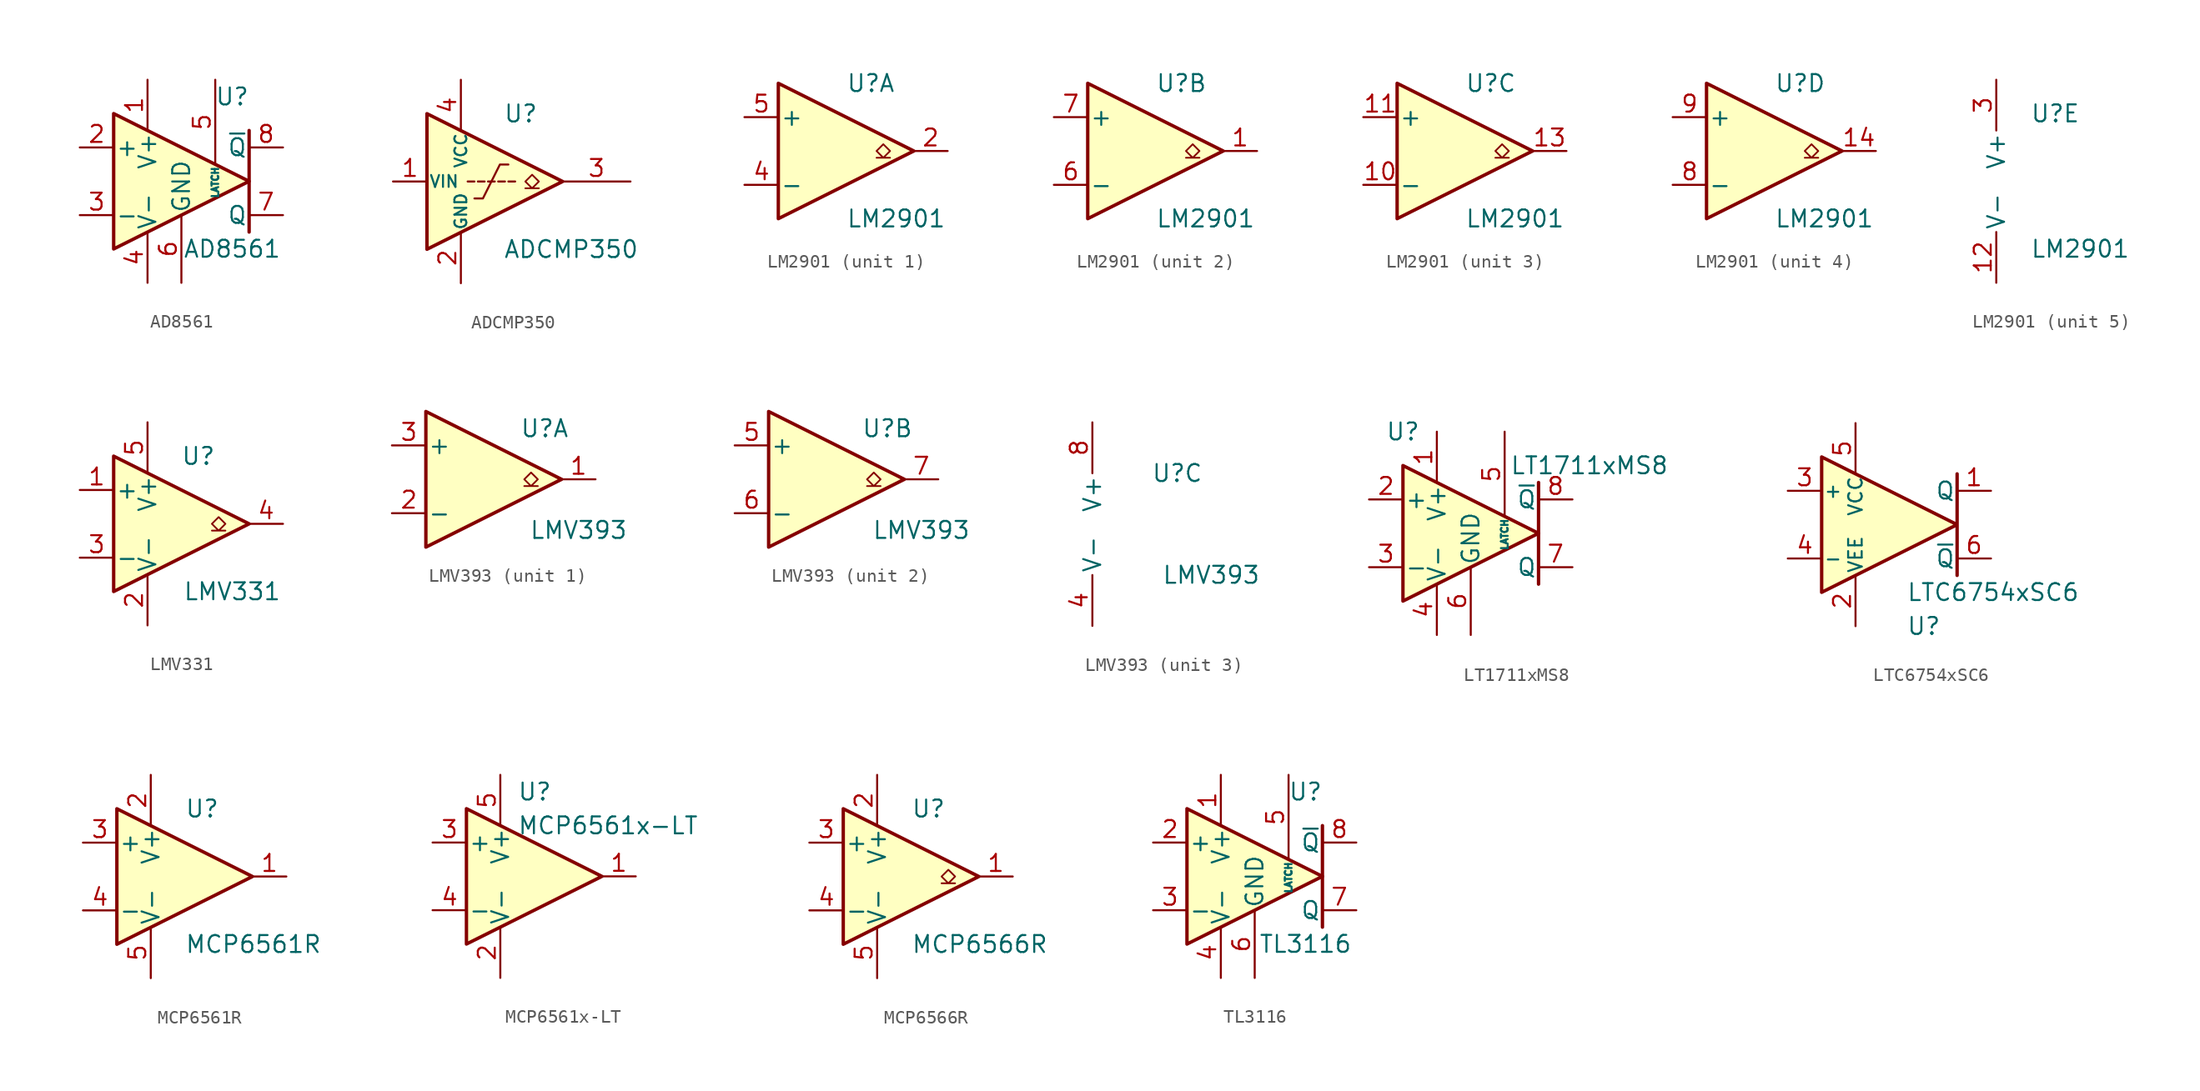
<source format=kicad_sym>
(kicad_symbol_lib
  (version 20241209)
  (generator "kicad_symbol_editor")
  (generator_version "9.0")
  (symbol "AD8561"
    (pin_names
      (offset 0.127))
    (property "Reference" "U"
      (at 3.81 6.35 0)
      (effects (font (size 1.27 1.27))))
    (property "Value" "AD8561"
      (at 3.81 -5.08 0)
      (effects (font (size 1.27 1.27))))
    (symbol "AD8561_0_1"
      (polyline (pts (xy -5.08 5.08) (xy 5.08 0) (xy -5.08 -5.08) (xy -5.08 5.08)) (stroke (width 0.254) (type default)) (fill (type background)))
      (polyline (pts (xy 5.08 3.81) (xy 5.08 -3.81)) (stroke (width 0.254) (type default)) (fill (type none))))
    (symbol "AD8561_1_1"
      (pin input line (at -7.62 2.54 0) (length 2.54) (name "+" (effects (font (size 1.27 1.27)))) (number "2" (effects (font (size 1.27 1.27)))))
      (pin input line (at -7.62 -2.54 0) (length 2.54) (name "-" (effects (font (size 1.27 1.27)))) (number "3" (effects (font (size 1.27 1.27)))))
      (pin power_in line (at -2.54 7.62 270) (length 3.81) (name "V+" (effects (font (size 1.27 1.27)))) (number "1" (effects (font (size 1.27 1.27)))))
      (pin power_in line (at -2.54 -7.62 90) (length 3.81) (name "V-" (effects (font (size 1.27 1.27)))) (number "4" (effects (font (size 1.27 1.27)))))
      (pin power_in line (at 0 -7.62 90) (length 5.08) (name "GND" (effects (font (size 1.27 1.27)))) (number "6" (effects (font (size 1.27 1.27)))))
      (pin input line (at 2.54 7.62 270) (length 6.35) (name "LATCH" (effects (font (size 0.508 0.508)))) (number "5" (effects (font (size 1.27 1.27)))))
      (pin output line (at 7.62 2.54 180) (length 2.54) (name "~{Q}" (effects (font (size 1.27 1.27)))) (number "8" (effects (font (size 1.27 1.27)))))
      (pin output line (at 7.62 -2.54 180) (length 2.54) (name "Q" (effects (font (size 1.27 1.27)))) (number "7" (effects (font (size 1.27 1.27)))))))
  (symbol "ADCMP350"
    (pin_names
      (offset 0.127))
    (property "Reference" "U"
      (at 3.175 5.08 0)
      (effects (font (size 1.27 1.27)) (justify left)))
    (property "Value" "ADCMP350"
      (at 3.175 -5.08 0)
      (effects (font (size 1.27 1.27)) (justify left)))
    (symbol "ADCMP350_0_1"
      (polyline (pts (xy -2.54 5.08) (xy 7.62 0) (xy -2.54 -5.08) (xy -2.54 5.08)) (stroke (width 0.254) (type default)) (fill (type background)))
      (polyline (pts (xy 1.016 0) (xy 0.508 0)) (stroke (width 0) (type default)) (fill (type none)))
      (polyline (pts (xy 1.016 -1.27) (xy 1.651 -1.27) (xy 2.921 1.27) (xy 3.556 1.27)) (stroke (width 0) (type default)) (fill (type none)))
      (polyline (pts (xy 1.778 0) (xy 1.27 0)) (stroke (width 0) (type default)) (fill (type none)))
      (polyline (pts (xy 2.032 0) (xy 2.54 0)) (stroke (width 0) (type default)) (fill (type none)))
      (polyline (pts (xy 2.794 0) (xy 3.302 0)) (stroke (width 0) (type default)) (fill (type none)))
      (polyline (pts (xy 3.556 0) (xy 4.064 0)) (stroke (width 0) (type default)) (fill (type none)))
      (polyline (pts (xy 4.826 -0.508) (xy 5.334 -0.508) (xy 4.826 0) (xy 5.334 0.508) (xy 5.842 0) (xy 5.334 -0.508) (xy 5.842 -0.508)) (stroke (width 0.127) (type default)) (fill (type none))))
    (symbol "ADCMP350_1_1"
      (pin input line (at -5.08 0 0) (length 2.54) (name "VIN" (effects (font (size 0.889 0.889)))) (number "1" (effects (font (size 1.27 1.27)))))
      (pin power_in line (at 0 7.62 270) (length 3.81) (name "VCC" (effects (font (size 0.889 0.889)))) (number "4" (effects (font (size 1.27 1.27)))))
      (pin power_in line (at 0 -7.62 90) (length 3.81) (name "GND" (effects (font (size 0.889 0.889)))) (number "2" (effects (font (size 1.27 1.27)))))
      (pin open_collector line (at 12.7 0 180) (length 5.08) (name "~" (effects (font (size 1.27 1.27)))) (number "3" (effects (font (size 1.27 1.27)))))))
  (symbol "LM2901"
    (pin_names
      (offset 0.127))
    (property "Reference" "U"
      (at 0 5.08 0)
      (effects (font (size 1.27 1.27)) (justify left)))
    (property "Value" "LM2901"
      (at 0 -5.08 0)
      (effects (font (size 1.27 1.27)) (justify left)))
    (property "ki_locked" ""
      (at 0 0 0)
      (effects (font (size 1.27 1.27))))
    (symbol "LM2901_1_1"
      (polyline (pts (xy -5.08 5.08) (xy 5.08 0) (xy -5.08 -5.08) (xy -5.08 5.08)) (stroke (width 0.254) (type default)) (fill (type background)))
      (polyline (pts (xy 3.302 -0.508) (xy 2.794 -0.508) (xy 3.302 0) (xy 2.794 0.508) (xy 2.286 0) (xy 2.794 -0.508) (xy 2.286 -0.508)) (stroke (width 0.127) (type default)) (fill (type none)))
      (pin input line (at -7.62 2.54 0) (length 2.54) (name "+" (effects (font (size 1.27 1.27)))) (number "5" (effects (font (size 1.27 1.27)))))
      (pin input line (at -7.62 -2.54 0) (length 2.54) (name "-" (effects (font (size 1.27 1.27)))) (number "4" (effects (font (size 1.27 1.27)))))
      (pin open_collector line (at 7.62 0 180) (length 2.54) (name "~" (effects (font (size 1.27 1.27)))) (number "2" (effects (font (size 1.27 1.27))))))
    (symbol "LM2901_2_1"
      (polyline (pts (xy -5.08 5.08) (xy 5.08 0) (xy -5.08 -5.08) (xy -5.08 5.08)) (stroke (width 0.254) (type default)) (fill (type background)))
      (polyline (pts (xy 3.302 -0.508) (xy 2.794 -0.508) (xy 3.302 0) (xy 2.794 0.508) (xy 2.286 0) (xy 2.794 -0.508) (xy 2.286 -0.508)) (stroke (width 0.127) (type default)) (fill (type none)))
      (pin input line (at -7.62 2.54 0) (length 2.54) (name "+" (effects (font (size 1.27 1.27)))) (number "7" (effects (font (size 1.27 1.27)))))
      (pin input line (at -7.62 -2.54 0) (length 2.54) (name "-" (effects (font (size 1.27 1.27)))) (number "6" (effects (font (size 1.27 1.27)))))
      (pin open_collector line (at 7.62 0 180) (length 2.54) (name "~" (effects (font (size 1.27 1.27)))) (number "1" (effects (font (size 1.27 1.27))))))
    (symbol "LM2901_3_1"
      (polyline (pts (xy -5.08 5.08) (xy 5.08 0) (xy -5.08 -5.08) (xy -5.08 5.08)) (stroke (width 0.254) (type default)) (fill (type background)))
      (polyline (pts (xy 3.302 -0.508) (xy 2.794 -0.508) (xy 3.302 0) (xy 2.794 0.508) (xy 2.286 0) (xy 2.794 -0.508) (xy 2.286 -0.508)) (stroke (width 0.127) (type default)) (fill (type none)))
      (pin input line (at -7.62 2.54 0) (length 2.54) (name "+" (effects (font (size 1.27 1.27)))) (number "11" (effects (font (size 1.27 1.27)))))
      (pin input line (at -7.62 -2.54 0) (length 2.54) (name "-" (effects (font (size 1.27 1.27)))) (number "10" (effects (font (size 1.27 1.27)))))
      (pin open_collector line (at 7.62 0 180) (length 2.54) (name "~" (effects (font (size 1.27 1.27)))) (number "13" (effects (font (size 1.27 1.27))))))
    (symbol "LM2901_4_1"
      (polyline (pts (xy -5.08 5.08) (xy 5.08 0) (xy -5.08 -5.08) (xy -5.08 5.08)) (stroke (width 0.254) (type default)) (fill (type background)))
      (polyline (pts (xy 3.302 -0.508) (xy 2.794 -0.508) (xy 3.302 0) (xy 2.794 0.508) (xy 2.286 0) (xy 2.794 -0.508) (xy 2.286 -0.508)) (stroke (width 0.127) (type default)) (fill (type none)))
      (pin input line (at -7.62 2.54 0) (length 2.54) (name "+" (effects (font (size 1.27 1.27)))) (number "9" (effects (font (size 1.27 1.27)))))
      (pin input line (at -7.62 -2.54 0) (length 2.54) (name "-" (effects (font (size 1.27 1.27)))) (number "8" (effects (font (size 1.27 1.27)))))
      (pin open_collector line (at 7.62 0 180) (length 2.54) (name "~" (effects (font (size 1.27 1.27)))) (number "14" (effects (font (size 1.27 1.27))))))
    (symbol "LM2901_5_1"
      (pin power_in line (at -2.54 7.62 270) (length 3.81) (name "V+" (effects (font (size 1.27 1.27)))) (number "3" (effects (font (size 1.27 1.27)))))
      (pin power_in line (at -2.54 -7.62 90) (length 3.81) (name "V-" (effects (font (size 1.27 1.27)))) (number "12" (effects (font (size 1.27 1.27)))))))
  (symbol "LMV331"
    (pin_names
      (offset 0.127))
    (property "Reference" "U"
      (at 1.27 5.08 0)
      (effects (font (size 1.27 1.27))))
    (property "Value" "LMV331"
      (at 3.81 -5.08 0)
      (effects (font (size 1.27 1.27))))
    (symbol "LMV331_0_1"
      (polyline (pts (xy -5.08 5.08) (xy 5.08 0) (xy -5.08 -5.08) (xy -5.08 5.08)) (stroke (width 0.254) (type default)) (fill (type background)))
      (polyline (pts (xy 3.302 -0.508) (xy 2.794 -0.508) (xy 3.302 0) (xy 2.794 0.508) (xy 2.286 0) (xy 2.794 -0.508) (xy 2.286 -0.508)) (stroke (width 0.127) (type default)) (fill (type none))))
    (symbol "LMV331_1_1"
      (pin input line (at -7.62 2.54 0) (length 2.54) (name "+" (effects (font (size 1.27 1.27)))) (number "1" (effects (font (size 1.27 1.27)))))
      (pin input line (at -7.62 -2.54 0) (length 2.54) (name "-" (effects (font (size 1.27 1.27)))) (number "3" (effects (font (size 1.27 1.27)))))
      (pin power_in line (at -2.54 7.62 270) (length 3.81) (name "V+" (effects (font (size 1.27 1.27)))) (number "5" (effects (font (size 1.27 1.27)))))
      (pin power_in line (at -2.54 -7.62 90) (length 3.81) (name "V-" (effects (font (size 1.27 1.27)))) (number "2" (effects (font (size 1.27 1.27)))))
      (pin open_collector line (at 7.62 0 180) (length 2.54) (name "~" (effects (font (size 1.27 1.27)))) (number "4" (effects (font (size 1.27 1.27)))))))
  (symbol "LMV393"
    (pin_names
      (offset 0.127))
    (property "Reference" "U"
      (at 3.81 3.81 0)
      (effects (font (size 1.27 1.27))))
    (property "Value" "LMV393"
      (at 6.35 -3.81 0)
      (effects (font (size 1.27 1.27))))
    (property "ki_locked" ""
      (at 0 0 0)
      (effects (font (size 1.27 1.27))))
    (symbol "LMV393_1_1"
      (polyline (pts (xy -5.08 5.08) (xy 5.08 0) (xy -5.08 -5.08) (xy -5.08 5.08)) (stroke (width 0.254) (type default)) (fill (type background)))
      (polyline (pts (xy 3.302 -0.508) (xy 2.794 -0.508) (xy 3.302 0) (xy 2.794 0.508) (xy 2.286 0) (xy 2.794 -0.508) (xy 2.286 -0.508)) (stroke (width 0.127) (type default)) (fill (type none)))
      (pin input line (at -7.62 2.54 0) (length 2.54) (name "+" (effects (font (size 1.27 1.27)))) (number "3" (effects (font (size 1.27 1.27)))))
      (pin input line (at -7.62 -2.54 0) (length 2.54) (name "-" (effects (font (size 1.27 1.27)))) (number "2" (effects (font (size 1.27 1.27)))))
      (pin open_collector line (at 7.62 0 180) (length 2.54) (name "~" (effects (font (size 1.27 1.27)))) (number "1" (effects (font (size 1.27 1.27))))))
    (symbol "LMV393_2_1"
      (polyline (pts (xy -5.08 5.08) (xy 5.08 0) (xy -5.08 -5.08) (xy -5.08 5.08)) (stroke (width 0.254) (type default)) (fill (type background)))
      (polyline (pts (xy 3.302 -0.508) (xy 2.794 -0.508) (xy 3.302 0) (xy 2.794 0.508) (xy 2.286 0) (xy 2.794 -0.508) (xy 2.286 -0.508)) (stroke (width 0.127) (type default)) (fill (type none)))
      (pin input line (at -7.62 2.54 0) (length 2.54) (name "+" (effects (font (size 1.27 1.27)))) (number "5" (effects (font (size 1.27 1.27)))))
      (pin input line (at -7.62 -2.54 0) (length 2.54) (name "-" (effects (font (size 1.27 1.27)))) (number "6" (effects (font (size 1.27 1.27)))))
      (pin open_collector line (at 7.62 0 180) (length 2.54) (name "~" (effects (font (size 1.27 1.27)))) (number "7" (effects (font (size 1.27 1.27))))))
    (symbol "LMV393_3_1"
      (pin power_in line (at -2.54 7.62 270) (length 3.81) (name "V+" (effects (font (size 1.27 1.27)))) (number "8" (effects (font (size 1.27 1.27)))))
      (pin power_in line (at -2.54 -7.62 90) (length 3.81) (name "V-" (effects (font (size 1.27 1.27)))) (number "4" (effects (font (size 1.27 1.27)))))))
  (symbol "LT1711xMS8"
    (pin_names
      (offset 0.127))
    (property "Reference" "U"
      (at -5.08 7.62 0)
      (effects (font (size 1.27 1.27))))
    (property "Value" "LT1711xMS8"
      (at 8.89 5.08 0)
      (effects (font (size 1.27 1.27))))
    (symbol "LT1711xMS8_0_1"
      (polyline (pts (xy -5.08 5.08) (xy 5.08 0) (xy -5.08 -5.08) (xy -5.08 5.08)) (stroke (width 0.254) (type default)) (fill (type background)))
      (polyline (pts (xy 5.08 3.81) (xy 5.08 -3.81)) (stroke (width 0.254) (type default)) (fill (type none))))
    (symbol "LT1711xMS8_1_1"
      (pin input line (at -7.62 2.54 0) (length 2.54) (name "+" (effects (font (size 1.27 1.27)))) (number "2" (effects (font (size 1.27 1.27)))))
      (pin input line (at -7.62 -2.54 0) (length 2.54) (name "-" (effects (font (size 1.27 1.27)))) (number "3" (effects (font (size 1.27 1.27)))))
      (pin power_in line (at -2.54 7.62 270) (length 3.81) (name "V+" (effects (font (size 1.27 1.27)))) (number "1" (effects (font (size 1.27 1.27)))))
      (pin power_in line (at -2.54 -7.62 90) (length 3.81) (name "V-" (effects (font (size 1.27 1.27)))) (number "4" (effects (font (size 1.27 1.27)))))
      (pin power_in line (at 0 -7.62 90) (length 5.08) (name "GND" (effects (font (size 1.27 1.27)))) (number "6" (effects (font (size 1.27 1.27)))))
      (pin input line (at 2.54 7.62 270) (length 6.35) (name "LATCH" (effects (font (size 0.508 0.508)))) (number "5" (effects (font (size 1.27 1.27)))))
      (pin output line (at 7.62 2.54 180) (length 2.54) (name "~{Q}" (effects (font (size 1.27 1.27)))) (number "8" (effects (font (size 1.27 1.27)))))
      (pin output line (at 7.62 -2.54 180) (length 2.54) (name "Q" (effects (font (size 1.27 1.27)))) (number "7" (effects (font (size 1.27 1.27)))))))
  (symbol "LTC6754xSC6"
    (pin_names
      (offset 0.127))
    (property "Reference" "U"
      (at 1.27 -7.62 0)
      (effects (font (size 1.27 1.27)) (justify left)))
    (property "Value" "LTC6754xSC6"
      (at 1.27 -5.08 0)
      (effects (font (size 1.27 1.27)) (justify left)))
    (symbol "LTC6754xSC6_0_1"
      (polyline (pts (xy 5.08 3.81) (xy 5.08 0) (xy -5.08 5.08) (xy -5.08 -5.08) (xy 5.08 0) (xy 5.08 -3.81)) (stroke (width 0.254) (type default)) (fill (type background))))
    (symbol "LTC6754xSC6_1_1"
      (pin input line (at -7.62 2.54 0) (length 2.54) (name "+" (effects (font (size 1.016 1.016)))) (number "3" (effects (font (size 1.27 1.27)))))
      (pin input line (at -7.62 -2.54 0) (length 2.54) (name "-" (effects (font (size 1.016 1.016)))) (number "4" (effects (font (size 1.27 1.27)))))
      (pin power_in line (at -2.54 7.62 270) (length 3.81) (name "VCC" (effects (font (size 1.016 1.016)))) (number "5" (effects (font (size 1.27 1.27)))))
      (pin power_in line (at -2.54 -7.62 90) (length 3.81) (name "VEE" (effects (font (size 1.016 1.016)))) (number "2" (effects (font (size 1.27 1.27)))))
      (pin output line (at 7.62 2.54 180) (length 2.54) (name "Q" (effects (font (size 1.27 1.27)))) (number "1" (effects (font (size 1.27 1.27)))))
      (pin output line (at 7.62 -2.54 180) (length 2.54) (name "~{Q}" (effects (font (size 1.27 1.27)))) (number "6" (effects (font (size 1.27 1.27)))))))
  (symbol "MCP6561R"
    (pin_names
      (offset 0.127))
    (property "Reference" "U"
      (at 0 5.08 0)
      (effects (font (size 1.27 1.27)) (justify left)))
    (property "Value" "MCP6561R"
      (at 0 -5.08 0)
      (effects (font (size 1.27 1.27)) (justify left)))
    (symbol "MCP6561R_0_1"
      (polyline (pts (xy -5.08 5.08) (xy 5.08 0) (xy -5.08 -5.08) (xy -5.08 5.08)) (stroke (width 0.254) (type default)) (fill (type background)))
      (pin power_in line (at -2.54 7.62 270) (length 3.81) (name "V+" (effects (font (size 1.27 1.27)))) (number "2" (effects (font (size 1.27 1.27)))))
      (pin power_in line (at -2.54 -7.62 90) (length 3.81) (name "V-" (effects (font (size 1.27 1.27)))) (number "5" (effects (font (size 1.27 1.27))))))
    (symbol "MCP6561R_1_1"
      (pin input line (at -7.62 2.54 0) (length 2.54) (name "+" (effects (font (size 1.27 1.27)))) (number "3" (effects (font (size 1.27 1.27)))))
      (pin input line (at -7.62 -2.54 0) (length 2.54) (name "-" (effects (font (size 1.27 1.27)))) (number "4" (effects (font (size 1.27 1.27)))))
      (pin output line (at 7.62 0 180) (length 2.54) (name "~" (effects (font (size 1.27 1.27)))) (number "1" (effects (font (size 1.27 1.27)))))))
  (symbol "MCP6561x-LT"
    (pin_names
      (offset 0.127))
    (property "Reference" "U"
      (at -1.27 6.35 0)
      (effects (font (size 1.27 1.27)) (justify left)))
    (property "Value" "MCP6561x-LT"
      (at -1.27 3.81 0)
      (effects (font (size 1.27 1.27)) (justify left)))
    (symbol "MCP6561x-LT_0_1"
      (polyline (pts (xy -5.08 5.08) (xy 5.08 0) (xy -5.08 -5.08) (xy -5.08 5.08)) (stroke (width 0.254) (type default)) (fill (type background)))
      (pin power_in line (at -2.54 7.62 270) (length 3.81) (name "V+" (effects (font (size 1.27 1.27)))) (number "5" (effects (font (size 1.27 1.27)))))
      (pin power_in line (at -2.54 -7.62 90) (length 3.81) (name "V-" (effects (font (size 1.27 1.27)))) (number "2" (effects (font (size 1.27 1.27))))))
    (symbol "MCP6561x-LT_1_1"
      (pin input line (at -7.62 2.54 0) (length 2.54) (name "+" (effects (font (size 1.27 1.27)))) (number "3" (effects (font (size 1.27 1.27)))))
      (pin input line (at -7.62 -2.54 0) (length 2.54) (name "-" (effects (font (size 1.27 1.27)))) (number "4" (effects (font (size 1.27 1.27)))))
      (pin output line (at 7.62 0 180) (length 2.54) (name "~" (effects (font (size 1.27 1.27)))) (number "1" (effects (font (size 1.27 1.27)))))))
  (symbol "MCP6566R"
    (pin_names
      (offset 0.127))
    (property "Reference" "U"
      (at 0 5.08 0)
      (effects (font (size 1.27 1.27)) (justify left)))
    (property "Value" "MCP6566R"
      (at 0 -5.08 0)
      (effects (font (size 1.27 1.27)) (justify left)))
    (symbol "MCP6566R_0_1"
      (polyline (pts (xy -5.08 5.08) (xy 5.08 0) (xy -5.08 -5.08) (xy -5.08 5.08)) (stroke (width 0.254) (type default)) (fill (type background)))
      (polyline (pts (xy 3.302 -0.508) (xy 2.794 -0.508) (xy 3.302 0) (xy 2.794 0.508) (xy 2.286 0) (xy 2.794 -0.508) (xy 2.286 -0.508)) (stroke (width 0.127) (type default)) (fill (type none)))
      (pin power_in line (at -2.54 7.62 270) (length 3.81) (name "V+" (effects (font (size 1.27 1.27)))) (number "2" (effects (font (size 1.27 1.27)))))
      (pin power_in line (at -2.54 -7.62 90) (length 3.81) (name "V-" (effects (font (size 1.27 1.27)))) (number "5" (effects (font (size 1.27 1.27))))))
    (symbol "MCP6566R_1_1"
      (pin input line (at -7.62 2.54 0) (length 2.54) (name "+" (effects (font (size 1.27 1.27)))) (number "3" (effects (font (size 1.27 1.27)))))
      (pin input line (at -7.62 -2.54 0) (length 2.54) (name "-" (effects (font (size 1.27 1.27)))) (number "4" (effects (font (size 1.27 1.27)))))
      (pin open_collector line (at 7.62 0 180) (length 2.54) (name "~" (effects (font (size 1.27 1.27)))) (number "1" (effects (font (size 1.27 1.27)))))))
  (symbol "TL3116"
    (pin_names
      (offset 0.127))
    (property "Reference" "U"
      (at 3.81 6.35 0)
      (effects (font (size 1.27 1.27))))
    (property "Value" "TL3116"
      (at 3.81 -5.08 0)
      (effects (font (size 1.27 1.27))))
    (symbol "TL3116_0_1"
      (polyline (pts (xy -5.08 5.08) (xy 5.08 0) (xy -5.08 -5.08) (xy -5.08 5.08)) (stroke (width 0.254) (type default)) (fill (type background)))
      (polyline (pts (xy 5.08 3.81) (xy 5.08 -3.81)) (stroke (width 0.254) (type default)) (fill (type none))))
    (symbol "TL3116_1_1"
      (pin input line (at -7.62 2.54 0) (length 2.54) (name "+" (effects (font (size 1.27 1.27)))) (number "2" (effects (font (size 1.27 1.27)))))
      (pin input line (at -7.62 -2.54 0) (length 2.54) (name "-" (effects (font (size 1.27 1.27)))) (number "3" (effects (font (size 1.27 1.27)))))
      (pin power_in line (at -2.54 7.62 270) (length 3.81) (name "V+" (effects (font (size 1.27 1.27)))) (number "1" (effects (font (size 1.27 1.27)))))
      (pin power_in line (at -2.54 -7.62 90) (length 3.81) (name "V-" (effects (font (size 1.27 1.27)))) (number "4" (effects (font (size 1.27 1.27)))))
      (pin power_in line (at 0 -7.62 90) (length 5.08) (name "GND" (effects (font (size 1.27 1.27)))) (number "6" (effects (font (size 1.27 1.27)))))
      (pin input line (at 2.54 7.62 270) (length 6.35) (name "LATCH" (effects (font (size 0.508 0.508)))) (number "5" (effects (font (size 1.27 1.27)))))
      (pin output line (at 7.62 2.54 180) (length 2.54) (name "~{Q}" (effects (font (size 1.27 1.27)))) (number "8" (effects (font (size 1.27 1.27)))))
      (pin output line (at 7.62 -2.54 180) (length 2.54) (name "Q" (effects (font (size 1.27 1.27)))) (number "7" (effects (font (size 1.27 1.27))))))))
</source>
